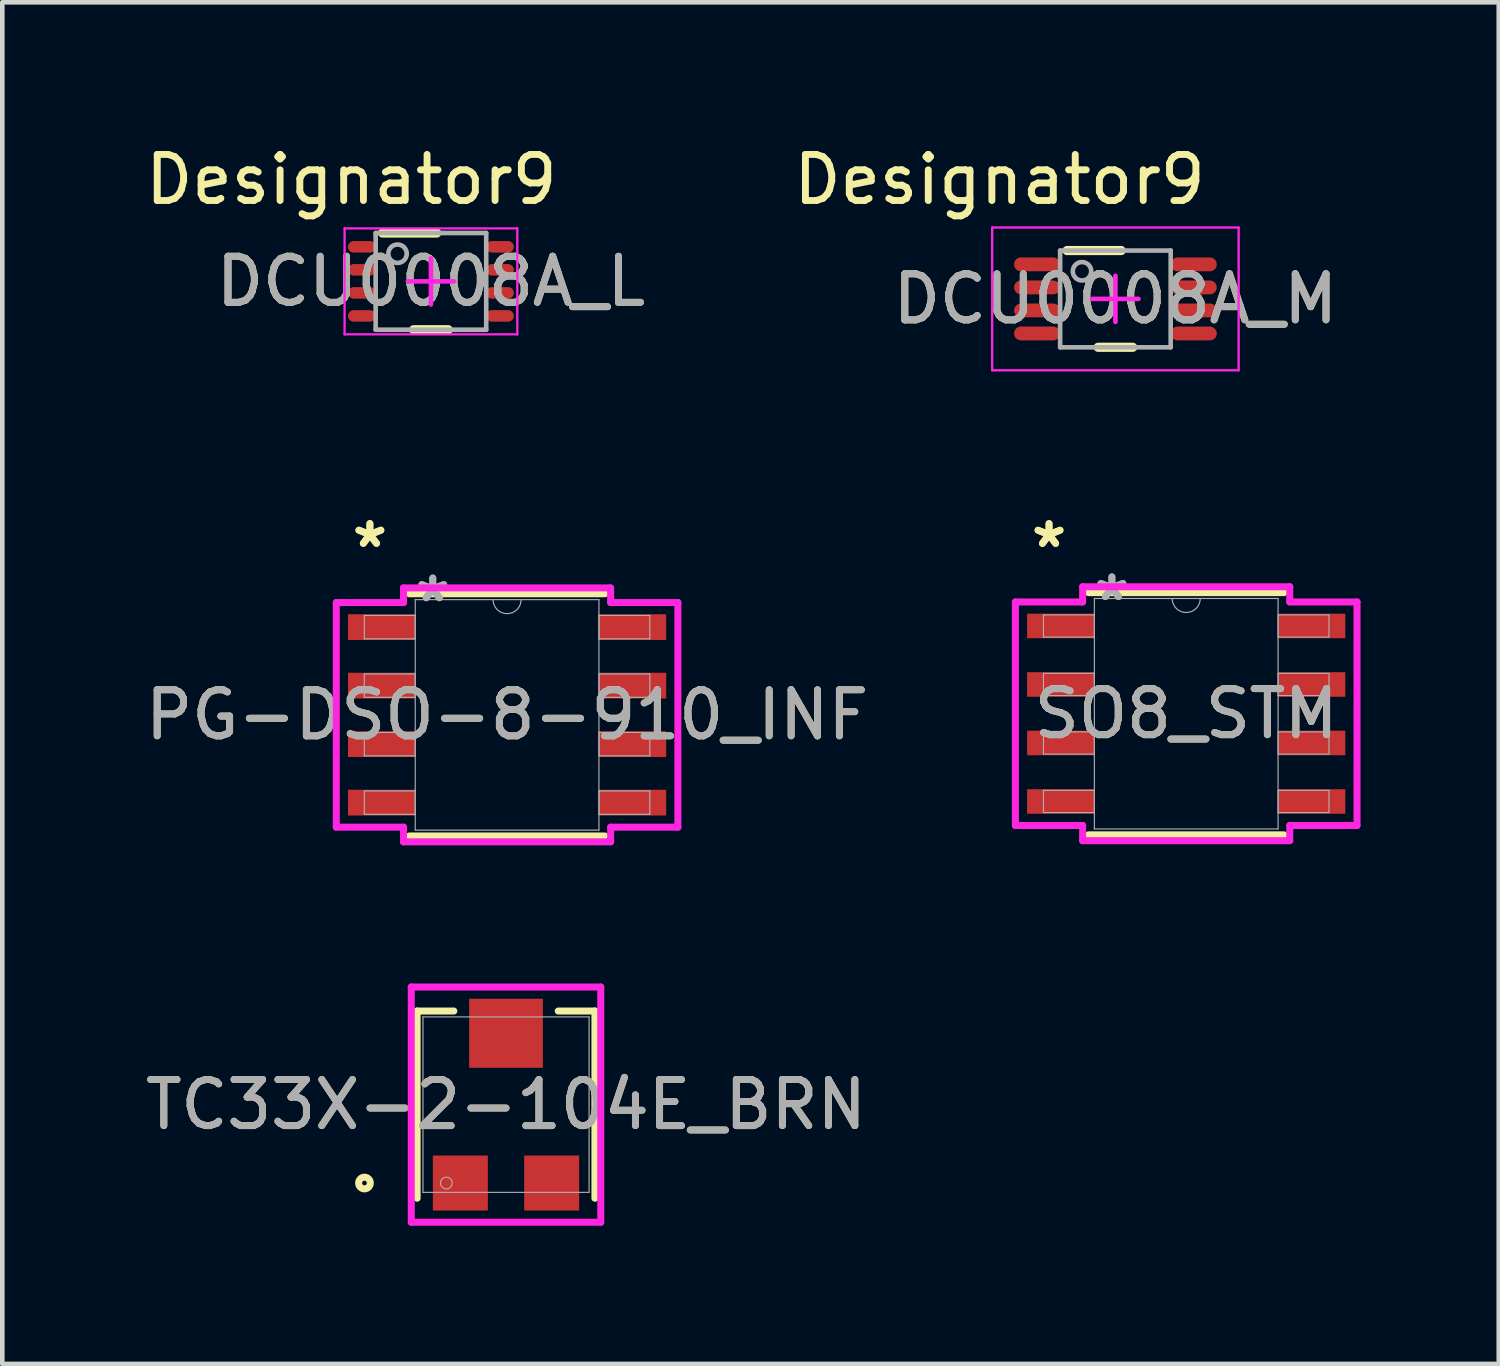
<source format=kicad_pcb>
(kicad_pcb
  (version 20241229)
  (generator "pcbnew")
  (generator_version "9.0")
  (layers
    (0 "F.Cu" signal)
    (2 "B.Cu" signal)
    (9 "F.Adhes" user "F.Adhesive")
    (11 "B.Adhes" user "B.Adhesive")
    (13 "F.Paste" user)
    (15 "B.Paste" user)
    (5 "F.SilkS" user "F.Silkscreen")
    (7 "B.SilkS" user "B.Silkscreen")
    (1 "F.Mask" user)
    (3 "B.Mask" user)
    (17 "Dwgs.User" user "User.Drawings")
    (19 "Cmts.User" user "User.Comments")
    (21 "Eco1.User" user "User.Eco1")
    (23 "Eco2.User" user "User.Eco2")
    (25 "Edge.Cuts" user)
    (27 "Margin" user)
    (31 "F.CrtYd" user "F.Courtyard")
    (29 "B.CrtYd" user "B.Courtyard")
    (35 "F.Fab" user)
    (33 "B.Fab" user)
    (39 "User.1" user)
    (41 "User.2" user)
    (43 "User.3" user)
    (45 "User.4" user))
  (footprint "PG-DSO-8-910_INF"
    (layer "F.Cu")
    (at 7.958 12.469)
    (property "Reference" "PG-DSO-8-910_INF" (at 0 0 0) (unlocked yes) (layer "F.SilkS") (effects (font (size 1 1) (thickness 0.15))))
    (attr smd)
    (fp_line (start -2.121 2.629) (end 2.121 2.629) (stroke (width 0.152) (type solid)) (layer "F.SilkS"))
    (fp_line (start 2.121 -2.629) (end -2.121 -2.629) (stroke (width 0.152) (type solid)) (layer "F.SilkS"))
    (fp_line (start -3.708 -2.438) (end -2.248 -2.438) (stroke (width 0.152) (type solid)) (layer "F.CrtYd"))
    (fp_line (start -3.708 2.438) (end -3.708 -2.438) (stroke (width 0.152) (type solid)) (layer "F.CrtYd"))
    (fp_line (start -3.708 2.438) (end -2.248 2.438) (stroke (width 0.152) (type solid)) (layer "F.CrtYd"))
    (fp_line (start -2.248 -2.756) (end 2.248 -2.756) (stroke (width 0.152) (type solid)) (layer "F.CrtYd"))
    (fp_line (start -2.248 -2.438) (end -2.248 -2.756) (stroke (width 0.152) (type solid)) (layer "F.CrtYd"))
    (fp_line (start -2.248 2.756) (end -2.248 2.438) (stroke (width 0.152) (type solid)) (layer "F.CrtYd"))
    (fp_line (start 2.248 -2.756) (end 2.248 -2.438) (stroke (width 0.152) (type solid)) (layer "F.CrtYd"))
    (fp_line (start 2.248 2.438) (end 2.248 2.756) (stroke (width 0.152) (type solid)) (layer "F.CrtYd"))
    (fp_line (start 2.248 2.756) (end -2.248 2.756) (stroke (width 0.152) (type solid)) (layer "F.CrtYd"))
    (fp_line (start 3.708 -2.438) (end 2.248 -2.438) (stroke (width 0.152) (type solid)) (layer "F.CrtYd"))
    (fp_line (start 3.708 -2.438) (end 3.708 2.438) (stroke (width 0.152) (type solid)) (layer "F.CrtYd"))
    (fp_line (start 3.708 2.438) (end 2.248 2.438) (stroke (width 0.152) (type solid)) (layer "F.CrtYd"))
    (fp_line (start -3.099 -2.159) (end -3.099 -1.651) (stroke (width 0.025) (type solid)) (layer "F.Fab"))
    (fp_line (start -3.099 -1.651) (end -1.994 -1.651) (stroke (width 0.025) (type solid)) (layer "F.Fab"))
    (fp_line (start -3.099 -0.889) (end -3.099 -0.381) (stroke (width 0.025) (type solid)) (layer "F.Fab"))
    (fp_line (start -3.099 -0.381) (end -1.994 -0.381) (stroke (width 0.025) (type solid)) (layer "F.Fab"))
    (fp_line (start -3.099 0.381) (end -3.099 0.889) (stroke (width 0.025) (type solid)) (layer "F.Fab"))
    (fp_line (start -3.099 0.889) (end -1.994 0.889) (stroke (width 0.025) (type solid)) (layer "F.Fab"))
    (fp_line (start -3.099 1.651) (end -3.099 2.159) (stroke (width 0.025) (type solid)) (layer "F.Fab"))
    (fp_line (start -3.099 2.159) (end -1.994 2.159) (stroke (width 0.025) (type solid)) (layer "F.Fab"))
    (fp_line (start -1.994 -2.502) (end -1.994 2.502) (stroke (width 0.025) (type solid)) (layer "F.Fab"))
    (fp_line (start -1.994 -2.159) (end -3.099 -2.159) (stroke (width 0.025) (type solid)) (layer "F.Fab"))
    (fp_line (start -1.994 -1.651) (end -1.994 -2.159) (stroke (width 0.025) (type solid)) (layer "F.Fab"))
    (fp_line (start -1.994 -0.889) (end -3.099 -0.889) (stroke (width 0.025) (type solid)) (layer "F.Fab"))
    (fp_line (start -1.994 -0.381) (end -1.994 -0.889) (stroke (width 0.025) (type solid)) (layer "F.Fab"))
    (fp_line (start -1.994 0.381) (end -3.099 0.381) (stroke (width 0.025) (type solid)) (layer "F.Fab"))
    (fp_line (start -1.994 0.889) (end -1.994 0.381) (stroke (width 0.025) (type solid)) (layer "F.Fab"))
    (fp_line (start -1.994 1.651) (end -3.099 1.651) (stroke (width 0.025) (type solid)) (layer "F.Fab"))
    (fp_line (start -1.994 2.159) (end -1.994 1.651) (stroke (width 0.025) (type solid)) (layer "F.Fab"))
    (fp_line (start -1.994 2.502) (end 1.994 2.502) (stroke (width 0.025) (type solid)) (layer "F.Fab"))
    (fp_line (start 1.994 -2.502) (end -1.994 -2.502) (stroke (width 0.025) (type solid)) (layer "F.Fab"))
    (fp_line (start 1.994 -2.159) (end 1.994 -1.651) (stroke (width 0.025) (type solid)) (layer "F.Fab"))
    (fp_line (start 1.994 -1.651) (end 3.099 -1.651) (stroke (width 0.025) (type solid)) (layer "F.Fab"))
    (fp_line (start 1.994 -0.889) (end 1.994 -0.381) (stroke (width 0.025) (type solid)) (layer "F.Fab"))
    (fp_line (start 1.994 -0.381) (end 3.099 -0.381) (stroke (width 0.025) (type solid)) (layer "F.Fab"))
    (fp_line (start 1.994 0.381) (end 1.994 0.889) (stroke (width 0.025) (type solid)) (layer "F.Fab"))
    (fp_line (start 1.994 0.889) (end 3.099 0.889) (stroke (width 0.025) (type solid)) (layer "F.Fab"))
    (fp_line (start 1.994 1.651) (end 1.994 2.159) (stroke (width 0.025) (type solid)) (layer "F.Fab"))
    (fp_line (start 1.994 2.159) (end 3.099 2.159) (stroke (width 0.025) (type solid)) (layer "F.Fab"))
    (fp_line (start 1.994 2.502) (end 1.994 -2.502) (stroke (width 0.025) (type solid)) (layer "F.Fab"))
    (fp_line (start 3.099 -2.159) (end 1.994 -2.159) (stroke (width 0.025) (type solid)) (layer "F.Fab"))
    (fp_line (start 3.099 -1.651) (end 3.099 -2.159) (stroke (width 0.025) (type solid)) (layer "F.Fab"))
    (fp_line (start 3.099 -0.889) (end 1.994 -0.889) (stroke (width 0.025) (type solid)) (layer "F.Fab"))
    (fp_line (start 3.099 -0.381) (end 3.099 -0.889) (stroke (width 0.025) (type solid)) (layer "F.Fab"))
    (fp_line (start 3.099 0.381) (end 1.994 0.381) (stroke (width 0.025) (type solid)) (layer "F.Fab"))
    (fp_line (start 3.099 0.889) (end 3.099 0.381) (stroke (width 0.025) (type solid)) (layer "F.Fab"))
    (fp_line (start 3.099 1.651) (end 1.994 1.651) (stroke (width 0.025) (type solid)) (layer "F.Fab"))
    (fp_line (start 3.099 2.159) (end 3.099 1.651) (stroke (width 0.025) (type solid)) (layer "F.Fab"))
    (fp_arc (start 0.3048 -2.5019) (mid 0 -2.1971) (end -0.3048 -2.5019) (stroke (width 0.0254) (type solid)) (layer "F.Fab"))
    (fp_text user "*" (at -2.978 -3.607 0) (layer "F.SilkS") (effects (font (size 1 1) (thickness 0.15))))
    (fp_text user "*" (at -2.978 -3.607 0) (unlocked yes) (layer "F.SilkS") (effects (font (size 1 1) (thickness 0.15))))
    (fp_text user "${REFERENCE}" (at 0 0 0) (unlocked yes) (layer "F.Fab") (effects (font (size 1 1) (thickness 0.15))))
    (fp_text user "*" (at -1.613 -2.426 0) (layer "F.Fab") (effects (font (size 1 1) (thickness 0.15))))
    (fp_text user "*" (at -1.613 -2.426 0) (unlocked yes) (layer "F.Fab") (effects (font (size 1 1) (thickness 0.15))))
    (pad "1" smd rect (at -2.724 -1.905) (size 1.46 0.559) (layers "F.Cu" "F.Mask" "F.Paste"))
    (pad "2" smd rect (at -2.724 -0.635) (size 1.46 0.559) (layers "F.Cu" "F.Mask" "F.Paste"))
    (pad "3" smd rect (at -2.724 0.635) (size 1.46 0.559) (layers "F.Cu" "F.Mask" "F.Paste"))
    (pad "4" smd rect (at -2.724 1.905) (size 1.46 0.559) (layers "F.Cu" "F.Mask" "F.Paste"))
    (pad "5" smd rect (at 2.724 1.905) (size 1.46 0.559) (layers "F.Cu" "F.Mask" "F.Paste"))
    (pad "6" smd rect (at 2.724 0.635) (size 1.46 0.559) (layers "F.Cu" "F.Mask" "F.Paste"))
    (pad "7" smd rect (at 2.724 -0.635) (size 1.46 0.559) (layers "F.Cu" "F.Mask" "F.Paste"))
    (pad "8" smd rect (at 2.724 -1.905) (size 1.46 0.559) (layers "F.Cu" "F.Mask" "F.Paste")))
  (footprint "DCU0008A_M"
    (layer "F.Cu")
    (at 21.164 3.439)
    (property "Reference" "DCU0008A_M" (at 0 0 0) (unlocked yes) (layer "F.SilkS") (effects (font (size 1 1) (thickness 0.15))))
    (attr smd)
    (fp_line (start -1.05 -1.05) (end 0.125 -1.05) (stroke (width 0.2) (type solid)) (layer "F.SilkS"))
    (fp_line (start -0.375 1.05) (end 0.375 1.05) (stroke (width 0.2) (type solid)) (layer "F.SilkS"))
    (fp_line (start -2.675 -1.55) (end 2.675 -1.55) (stroke (width 0.05) (type solid)) (layer "F.CrtYd"))
    (fp_line (start -2.675 1.55) (end -2.675 -1.55) (stroke (width 0.05) (type solid)) (layer "F.CrtYd"))
    (fp_line (start -2.675 1.55) (end 2.675 1.55) (stroke (width 0.05) (type solid)) (layer "F.CrtYd"))
    (fp_line (start -0.5 0) (end 0.5 0) (stroke (width 0.1) (type solid)) (layer "F.CrtYd"))
    (fp_line (start -0.000003 0.5) (end -0.000003 -0.5) (stroke (width 0.1) (type solid)) (layer "F.CrtYd"))
    (fp_line (start 2.675 1.55) (end 2.675 -1.55) (stroke (width 0.05) (type solid)) (layer "F.CrtYd"))
    (fp_line (start -1.2 -1.05) (end 1.2 -1.05) (stroke (width 0.1) (type solid)) (layer "F.Fab"))
    (fp_line (start -1.2 1.05) (end -1.2 -1.05) (stroke (width 0.1) (type solid)) (layer "F.Fab"))
    (fp_line (start -1.2 1.05) (end 1.2 1.05) (stroke (width 0.1) (type solid)) (layer "F.Fab"))
    (fp_line (start 1.2 1.05) (end 1.2 -1.05) (stroke (width 0.1) (type solid)) (layer "F.Fab"))
    (fp_circle (center -0.725 -0.6) (end -0.525 -0.6) (stroke (width 0.1) (type solid)) (fill no) (layer "F.Fab"))
    (fp_text user "Designator9" (at -2.515 -2.591 0) (unlocked yes) (layer "F.SilkS") (effects (font (size 1 1) (thickness 0.15))))
    (fp_text user "${REFERENCE}" (at 0 0 0) (unlocked yes) (layer "F.Fab") (effects (font (size 1 1) (thickness 0.15))))
    (pad "1" smd oval (at -1.7 -0.75 90) (size 0.3 1) (layers "F.Cu" "F.Mask" "F.Paste"))
    (pad "2" smd oval (at -1.7 -0.25 90) (size 0.3 1) (layers "F.Cu" "F.Mask" "F.Paste"))
    (pad "3" smd oval (at -1.7 0.25 90) (size 0.3 1) (layers "F.Cu" "F.Mask" "F.Paste"))
    (pad "4" smd oval (at -1.7 0.75 90) (size 0.3 1) (layers "F.Cu" "F.Mask" "F.Paste"))
    (pad "5" smd oval (at 1.7 0.75 90) (size 0.3 1) (layers "F.Cu" "F.Mask" "F.Paste"))
    (pad "6" smd oval (at 1.7 0.25 90) (size 0.3 1) (layers "F.Cu" "F.Mask" "F.Paste"))
    (pad "7" smd oval (at 1.7 -0.25 90) (size 0.3 1) (layers "F.Cu" "F.Mask" "F.Paste"))
    (pad "8" smd oval (at 1.7 -0.75 90) (size 0.3 1) (layers "F.Cu" "F.Mask" "F.Paste")))
  (footprint "DCU0008A_L"
    (layer "F.Cu")
    (at 6.305 3.058)
    (property "Reference" "DCU0008A_L" (at 0 0 0) (unlocked yes) (layer "F.SilkS") (effects (font (size 1 1) (thickness 0.15))))
    (attr smd)
    (fp_line (start -1.05 -1.05) (end 0.125 -1.05) (stroke (width 0.2) (type solid)) (layer "F.SilkS"))
    (fp_line (start -0.375 1.05) (end 0.375 1.05) (stroke (width 0.2) (type solid)) (layer "F.SilkS"))
    (fp_line (start -1.875 -1.15) (end 1.875 -1.15) (stroke (width 0.05) (type solid)) (layer "F.CrtYd"))
    (fp_line (start -1.875 1.15) (end -1.875 -1.15) (stroke (width 0.05) (type solid)) (layer "F.CrtYd"))
    (fp_line (start -1.875 1.15) (end 1.875 1.15) (stroke (width 0.05) (type solid)) (layer "F.CrtYd"))
    (fp_line (start -0.5 0) (end 0.5 0) (stroke (width 0.1) (type solid)) (layer "F.CrtYd"))
    (fp_line (start 0 0.5) (end 0 -0.5) (stroke (width 0.1) (type solid)) (layer "F.CrtYd"))
    (fp_line (start 1.875 1.15) (end 1.875 -1.15) (stroke (width 0.05) (type solid)) (layer "F.CrtYd"))
    (fp_line (start -1.2 -1.05) (end 1.2 -1.05) (stroke (width 0.1) (type solid)) (layer "F.Fab"))
    (fp_line (start -1.2 1.05) (end -1.2 -1.05) (stroke (width 0.1) (type solid)) (layer "F.Fab"))
    (fp_line (start -1.2 1.05) (end 1.2 1.05) (stroke (width 0.1) (type solid)) (layer "F.Fab"))
    (fp_line (start 1.2 1.05) (end 1.2 -1.05) (stroke (width 0.1) (type solid)) (layer "F.Fab"))
    (fp_circle (center -0.725 -0.6) (end -0.525 -0.6) (stroke (width 0.1) (type solid)) (fill no) (layer "F.Fab"))
    (fp_text user "Designator9" (at -1.727 -2.21 0) (unlocked yes) (layer "F.SilkS") (effects (font (size 1 1) (thickness 0.15))))
    (fp_text user "${REFERENCE}" (at 0 0 0) (unlocked yes) (layer "F.Fab") (effects (font (size 1 1) (thickness 0.15))))
    (pad "1" smd oval (at -1.5 -0.75 90) (size 0.25 0.6) (layers "F.Cu" "F.Mask" "F.Paste"))
    (pad "2" smd oval (at -1.5 -0.25 90) (size 0.25 0.6) (layers "F.Cu" "F.Mask" "F.Paste"))
    (pad "3" smd oval (at -1.5 0.25 90) (size 0.25 0.6) (layers "F.Cu" "F.Mask" "F.Paste"))
    (pad "4" smd oval (at -1.5 0.75 90) (size 0.25 0.6) (layers "F.Cu" "F.Mask" "F.Paste"))
    (pad "5" smd oval (at 1.5 0.75 90) (size 0.25 0.6) (layers "F.Cu" "F.Mask" "F.Paste"))
    (pad "6" smd oval (at 1.5 0.25 90) (size 0.25 0.6) (layers "F.Cu" "F.Mask" "F.Paste"))
    (pad "7" smd oval (at 1.5 -0.25 90) (size 0.25 0.6) (layers "F.Cu" "F.Mask" "F.Paste"))
    (pad "8" smd oval (at 1.5 -0.75 90) (size 0.25 0.6) (layers "F.Cu" "F.Mask" "F.Paste")))
  (footprint "SO8_STM"
    (layer "F.Cu")
    (at 22.701 12.444)
    (property "Reference" "SO8_STM" (at 0 0 0) (unlocked yes) (layer "F.SilkS") (effects (font (size 1 1) (thickness 0.15))))
    (attr smd)
    (fp_line (start -2.121 2.629) (end 2.121 2.629) (stroke (width 0.152) (type solid)) (layer "F.SilkS"))
    (fp_line (start 2.121 -2.629) (end -2.121 -2.629) (stroke (width 0.152) (type solid)) (layer "F.SilkS"))
    (fp_line (start -3.708 -2.426) (end -2.248 -2.426) (stroke (width 0.152) (type solid)) (layer "F.CrtYd"))
    (fp_line (start -3.708 2.426) (end -3.708 -2.426) (stroke (width 0.152) (type solid)) (layer "F.CrtYd"))
    (fp_line (start -3.708 2.426) (end -2.248 2.426) (stroke (width 0.152) (type solid)) (layer "F.CrtYd"))
    (fp_line (start -2.248 -2.756) (end 2.248 -2.756) (stroke (width 0.152) (type solid)) (layer "F.CrtYd"))
    (fp_line (start -2.248 -2.426) (end -2.248 -2.756) (stroke (width 0.152) (type solid)) (layer "F.CrtYd"))
    (fp_line (start -2.248 2.756) (end -2.248 2.426) (stroke (width 0.152) (type solid)) (layer "F.CrtYd"))
    (fp_line (start 2.248 -2.756) (end 2.248 -2.426) (stroke (width 0.152) (type solid)) (layer "F.CrtYd"))
    (fp_line (start 2.248 2.426) (end 2.248 2.756) (stroke (width 0.152) (type solid)) (layer "F.CrtYd"))
    (fp_line (start 2.248 2.756) (end -2.248 2.756) (stroke (width 0.152) (type solid)) (layer "F.CrtYd"))
    (fp_line (start 3.708 -2.426) (end 2.248 -2.426) (stroke (width 0.152) (type solid)) (layer "F.CrtYd"))
    (fp_line (start 3.708 -2.426) (end 3.708 2.426) (stroke (width 0.152) (type solid)) (layer "F.CrtYd"))
    (fp_line (start 3.708 2.426) (end 2.248 2.426) (stroke (width 0.152) (type solid)) (layer "F.CrtYd"))
    (fp_line (start -3.099 -2.146) (end -3.099 -1.664) (stroke (width 0.025) (type solid)) (layer "F.Fab"))
    (fp_line (start -3.099 -1.664) (end -1.994 -1.664) (stroke (width 0.025) (type solid)) (layer "F.Fab"))
    (fp_line (start -3.099 -0.876) (end -3.099 -0.394) (stroke (width 0.025) (type solid)) (layer "F.Fab"))
    (fp_line (start -3.099 -0.394) (end -1.994 -0.394) (stroke (width 0.025) (type solid)) (layer "F.Fab"))
    (fp_line (start -3.099 0.394) (end -3.099 0.876) (stroke (width 0.025) (type solid)) (layer "F.Fab"))
    (fp_line (start -3.099 0.876) (end -1.994 0.876) (stroke (width 0.025) (type solid)) (layer "F.Fab"))
    (fp_line (start -3.099 1.664) (end -3.099 2.146) (stroke (width 0.025) (type solid)) (layer "F.Fab"))
    (fp_line (start -3.099 2.146) (end -1.994 2.146) (stroke (width 0.025) (type solid)) (layer "F.Fab"))
    (fp_line (start -1.994 -2.502) (end -1.994 2.502) (stroke (width 0.025) (type solid)) (layer "F.Fab"))
    (fp_line (start -1.994 -2.146) (end -3.099 -2.146) (stroke (width 0.025) (type solid)) (layer "F.Fab"))
    (fp_line (start -1.994 -1.664) (end -1.994 -2.146) (stroke (width 0.025) (type solid)) (layer "F.Fab"))
    (fp_line (start -1.994 -0.876) (end -3.099 -0.876) (stroke (width 0.025) (type solid)) (layer "F.Fab"))
    (fp_line (start -1.994 -0.394) (end -1.994 -0.876) (stroke (width 0.025) (type solid)) (layer "F.Fab"))
    (fp_line (start -1.994 0.394) (end -3.099 0.394) (stroke (width 0.025) (type solid)) (layer "F.Fab"))
    (fp_line (start -1.994 0.876) (end -1.994 0.394) (stroke (width 0.025) (type solid)) (layer "F.Fab"))
    (fp_line (start -1.994 1.664) (end -3.099 1.664) (stroke (width 0.025) (type solid)) (layer "F.Fab"))
    (fp_line (start -1.994 2.146) (end -1.994 1.664) (stroke (width 0.025) (type solid)) (layer "F.Fab"))
    (fp_line (start -1.994 2.502) (end 1.994 2.502) (stroke (width 0.025) (type solid)) (layer "F.Fab"))
    (fp_line (start 1.994 -2.502) (end -1.994 -2.502) (stroke (width 0.025) (type solid)) (layer "F.Fab"))
    (fp_line (start 1.994 -2.146) (end 1.994 -1.664) (stroke (width 0.025) (type solid)) (layer "F.Fab"))
    (fp_line (start 1.994 -1.664) (end 3.099 -1.664) (stroke (width 0.025) (type solid)) (layer "F.Fab"))
    (fp_line (start 1.994 -0.876) (end 1.994 -0.394) (stroke (width 0.025) (type solid)) (layer "F.Fab"))
    (fp_line (start 1.994 -0.394) (end 3.099 -0.394) (stroke (width 0.025) (type solid)) (layer "F.Fab"))
    (fp_line (start 1.994 0.394) (end 1.994 0.876) (stroke (width 0.025) (type solid)) (layer "F.Fab"))
    (fp_line (start 1.994 0.876) (end 3.099 0.876) (stroke (width 0.025) (type solid)) (layer "F.Fab"))
    (fp_line (start 1.994 1.664) (end 1.994 2.146) (stroke (width 0.025) (type solid)) (layer "F.Fab"))
    (fp_line (start 1.994 2.146) (end 3.099 2.146) (stroke (width 0.025) (type solid)) (layer "F.Fab"))
    (fp_line (start 1.994 2.502) (end 1.994 -2.502) (stroke (width 0.025) (type solid)) (layer "F.Fab"))
    (fp_line (start 3.099 -2.146) (end 1.994 -2.146) (stroke (width 0.025) (type solid)) (layer "F.Fab"))
    (fp_line (start 3.099 -1.664) (end 3.099 -2.146) (stroke (width 0.025) (type solid)) (layer "F.Fab"))
    (fp_line (start 3.099 -0.876) (end 1.994 -0.876) (stroke (width 0.025) (type solid)) (layer "F.Fab"))
    (fp_line (start 3.099 -0.394) (end 3.099 -0.876) (stroke (width 0.025) (type solid)) (layer "F.Fab"))
    (fp_line (start 3.099 0.394) (end 1.994 0.394) (stroke (width 0.025) (type solid)) (layer "F.Fab"))
    (fp_line (start 3.099 0.876) (end 3.099 0.394) (stroke (width 0.025) (type solid)) (layer "F.Fab"))
    (fp_line (start 3.099 1.664) (end 1.994 1.664) (stroke (width 0.025) (type solid)) (layer "F.Fab"))
    (fp_line (start 3.099 2.146) (end 3.099 1.664) (stroke (width 0.025) (type solid)) (layer "F.Fab"))
    (fp_arc (start 0.3048 -2.5019) (mid 0 -2.1971) (end -0.3048 -2.5019) (stroke (width 0.0254) (type solid)) (layer "F.Fab"))
    (fp_text user "*" (at -2.978 -3.581 0) (layer "F.SilkS") (effects (font (size 1 1) (thickness 0.15))))
    (fp_text user "*" (at -2.978 -3.581 0) (unlocked yes) (layer "F.SilkS") (effects (font (size 1 1) (thickness 0.15))))
    (fp_text user "*" (at -1.613 -2.426 0) (unlocked yes) (layer "F.Fab") (effects (font (size 1 1) (thickness 0.15))))
    (fp_text user "${REFERENCE}" (at 0 0 0) (unlocked yes) (layer "F.Fab") (effects (font (size 1 1) (thickness 0.15))))
    (fp_text user "*" (at -1.613 -2.426 0) (layer "F.Fab") (effects (font (size 1 1) (thickness 0.15))))
    (pad "1" smd rect (at -2.724 -1.905) (size 1.46 0.533) (layers "F.Cu" "F.Mask" "F.Paste"))
    (pad "2" smd rect (at -2.724 -0.635) (size 1.46 0.533) (layers "F.Cu" "F.Mask" "F.Paste"))
    (pad "3" smd rect (at -2.724 0.635) (size 1.46 0.533) (layers "F.Cu" "F.Mask" "F.Paste"))
    (pad "4" smd rect (at -2.724 1.905) (size 1.46 0.533) (layers "F.Cu" "F.Mask" "F.Paste"))
    (pad "5" smd rect (at 2.724 1.905) (size 1.46 0.533) (layers "F.Cu" "F.Mask" "F.Paste"))
    (pad "6" smd rect (at 2.724 0.635) (size 1.46 0.533) (layers "F.Cu" "F.Mask" "F.Paste"))
    (pad "7" smd rect (at 2.724 -0.635) (size 1.46 0.533) (layers "F.Cu" "F.Mask" "F.Paste"))
    (pad "8" smd rect (at 2.724 -1.905) (size 1.46 0.533) (layers "F.Cu" "F.Mask" "F.Paste")))
  (footprint "TC33X-2-104E_BRN"
    (layer "F.Cu")
    (at 7.935 20.93)
    (property "Reference" "TC33X-2-104E_BRN" (at 0 0 0) (unlocked yes) (layer "F.SilkS") (effects (font (size 1 1) (thickness 0.15))))
    (attr smd)
    (fp_line (start -1.93 -2.032) (end -1.93 2.032) (stroke (width 0.152) (type solid)) (layer "F.SilkS"))
    (fp_line (start -1.133 -2.032) (end -1.93 -2.032) (stroke (width 0.152) (type solid)) (layer "F.SilkS"))
    (fp_line (start 1.93 -2.032) (end 1.133 -2.032) (stroke (width 0.152) (type solid)) (layer "F.SilkS"))
    (fp_line (start 1.93 2.032) (end 1.93 -2.032) (stroke (width 0.152) (type solid)) (layer "F.SilkS"))
    (fp_circle (center -3.073 1.702) (end -2.946 1.702) (stroke (width 0.152) (type solid)) (fill no) (layer "F.SilkS"))
    (fp_line (start -2.057 -2.553) (end 2.057 -2.553) (stroke (width 0.152) (type solid)) (layer "F.CrtYd"))
    (fp_line (start -2.057 2.553) (end -2.057 -2.553) (stroke (width 0.152) (type solid)) (layer "F.CrtYd"))
    (fp_line (start 2.057 -2.553) (end 2.057 2.553) (stroke (width 0.152) (type solid)) (layer "F.CrtYd"))
    (fp_line (start 2.057 2.553) (end -2.057 2.553) (stroke (width 0.152) (type solid)) (layer "F.CrtYd"))
    (fp_line (start -1.803 -1.905) (end -1.803 1.905) (stroke (width 0.025) (type solid)) (layer "F.Fab"))
    (fp_line (start -1.803 1.905) (end 1.803 1.905) (stroke (width 0.025) (type solid)) (layer "F.Fab"))
    (fp_line (start 1.803 -1.905) (end -1.803 -1.905) (stroke (width 0.025) (type solid)) (layer "F.Fab"))
    (fp_line (start 1.803 1.905) (end 1.803 -1.905) (stroke (width 0.025) (type solid)) (layer "F.Fab"))
    (fp_circle (center -1.295 1.702) (end -1.168 1.702) (stroke (width 0.025) (type solid)) (fill no) (layer "F.Fab"))
    (fp_text user "${REFERENCE}" (at 0 0 0) (unlocked yes) (layer "F.Fab") (effects (font (size 1 1) (thickness 0.15))))
    (pad "1" smd rect (at -0.991 1.702) (size 1.194 1.194) (layers "F.Cu" "F.Mask" "F.Paste"))
    (pad "2" smd rect (at 0.991 1.702) (size 1.194 1.194) (layers "F.Cu" "F.Mask" "F.Paste"))
    (pad "3" smd rect (at 0 -1.549) (size 1.6 1.499) (layers "F.Cu" "F.Mask" "F.Paste")))
  (gr_rect
    (start -3 -3)
    (end 29.486 26.559)
    (stroke (width 0.1) (type default))
    (fill no)
    (layer "Edge.Cuts")))
</source>
